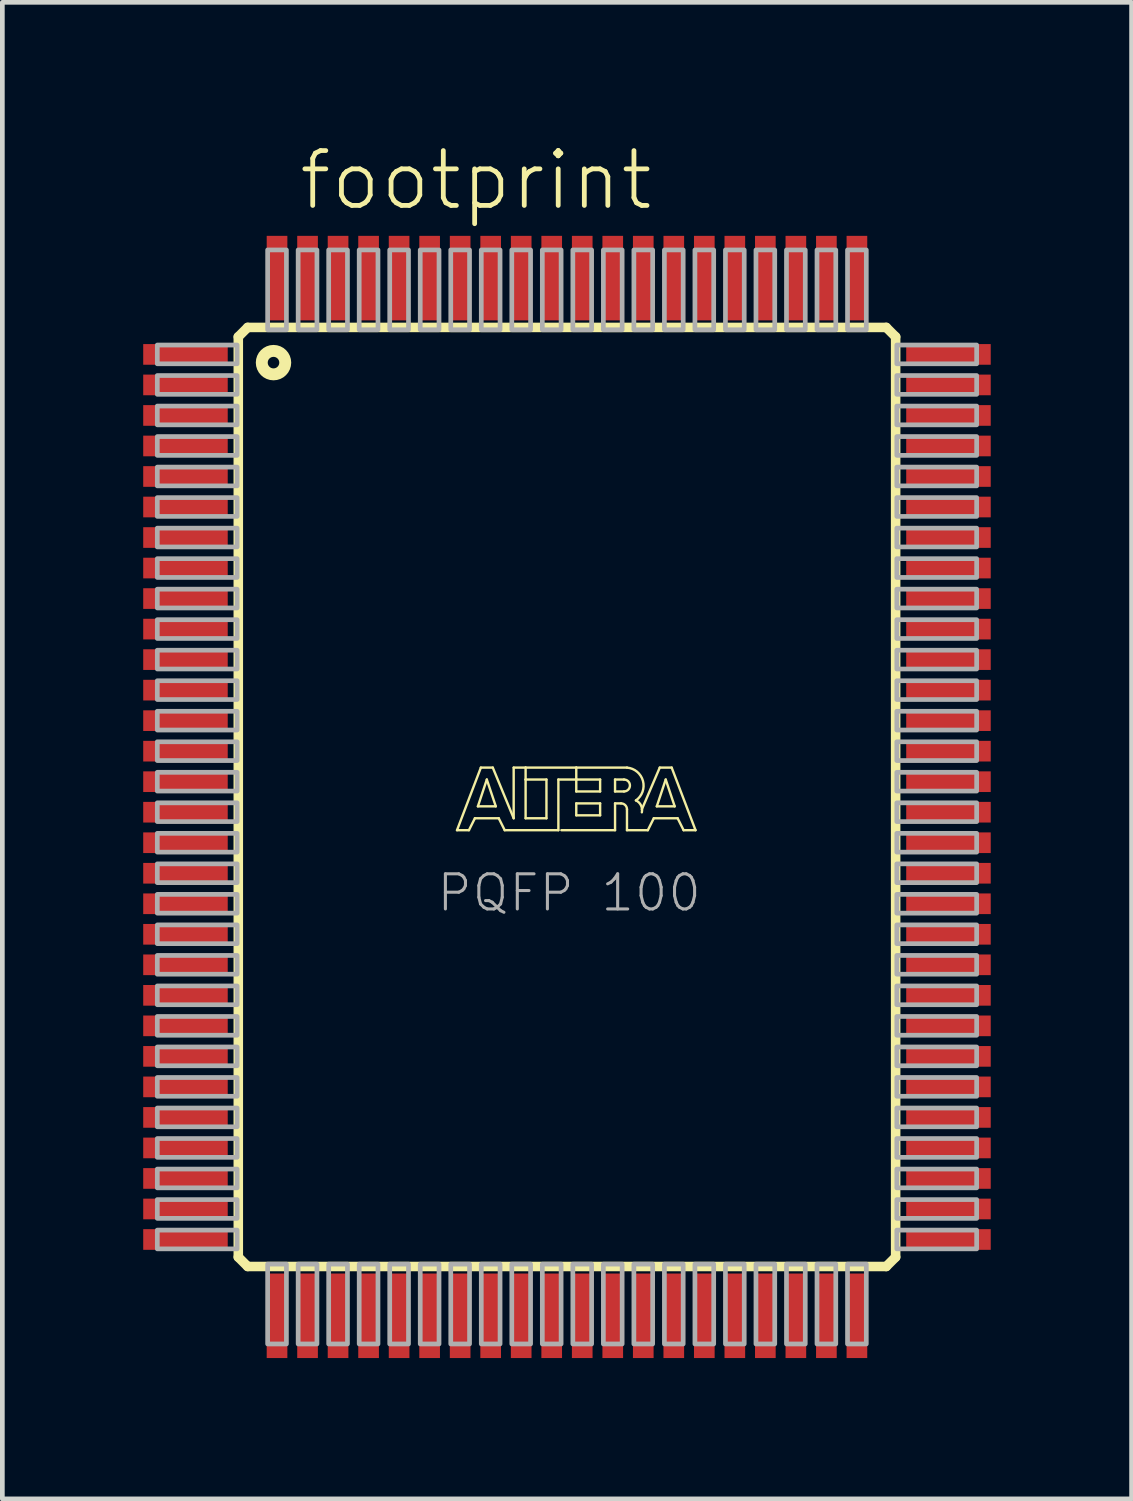
<source format=kicad_pcb>
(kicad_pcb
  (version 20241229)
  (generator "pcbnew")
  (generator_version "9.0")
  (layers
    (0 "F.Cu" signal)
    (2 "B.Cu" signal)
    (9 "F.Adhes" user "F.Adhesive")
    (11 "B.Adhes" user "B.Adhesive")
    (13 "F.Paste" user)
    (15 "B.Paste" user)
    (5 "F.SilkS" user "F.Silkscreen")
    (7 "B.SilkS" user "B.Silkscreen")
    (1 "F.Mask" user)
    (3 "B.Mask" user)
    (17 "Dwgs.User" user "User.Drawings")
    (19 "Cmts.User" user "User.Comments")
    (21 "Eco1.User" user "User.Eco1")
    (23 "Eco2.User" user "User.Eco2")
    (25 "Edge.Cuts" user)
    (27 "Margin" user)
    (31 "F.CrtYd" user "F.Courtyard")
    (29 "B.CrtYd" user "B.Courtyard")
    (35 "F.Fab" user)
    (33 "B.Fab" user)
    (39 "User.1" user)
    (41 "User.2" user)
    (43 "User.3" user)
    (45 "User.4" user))
  (footprint "footprint"
    (layer "F.Cu")
    (at 9.025 13.923)
    (property "Reference" "footprint" (at -5.76 -12.45 0) (layer "F.SilkS") (effects (font (size 1.168 1.168) (thickness 0.102)) (justify left bottom)))
    (fp_line (start -7 -9.8) (end -6.8 -10) (stroke (width 0.203) (type solid)) (layer "F.SilkS"))
    (fp_line (start -7 9.8) (end -7 -9.8) (stroke (width 0.203) (type solid)) (layer "F.SilkS"))
    (fp_line (start -6.8 -10) (end 6.8 -10) (stroke (width 0.203) (type solid)) (layer "F.SilkS"))
    (fp_line (start -6.8 10) (end -7 9.8) (stroke (width 0.203) (type solid)) (layer "F.SilkS"))
    (fp_line (start -2.342 0.708) (end -1.834 -0.625) (stroke (width 0.051) (type solid)) (layer "F.SilkS"))
    (fp_line (start -2.088 0.708) (end -2.342 0.708) (stroke (width 0.051) (type solid)) (layer "F.SilkS"))
    (fp_line (start -1.961 0.454) (end -2.088 0.708) (stroke (width 0.051) (type solid)) (layer "F.SilkS"))
    (fp_line (start -1.897 0.2) (end -1.516 0.2) (stroke (width 0.051) (type solid)) (layer "F.SilkS"))
    (fp_line (start -1.834 -0.625) (end -1.58 -0.625) (stroke (width 0.051) (type solid)) (layer "F.SilkS"))
    (fp_line (start -1.707 -0.371) (end -1.897 0.2) (stroke (width 0.051) (type solid)) (layer "F.SilkS"))
    (fp_line (start -1.58 -0.625) (end -1.135 0.454) (stroke (width 0.051) (type solid)) (layer "F.SilkS"))
    (fp_line (start -1.516 0.2) (end -1.707 -0.371) (stroke (width 0.051) (type solid)) (layer "F.SilkS"))
    (fp_line (start -1.453 0.454) (end -1.961 0.454) (stroke (width 0.051) (type solid)) (layer "F.SilkS"))
    (fp_line (start -1.326 0.708) (end -1.453 0.454) (stroke (width 0.051) (type solid)) (layer "F.SilkS"))
    (fp_line (start -1.135 -0.625) (end -0.881 -0.625) (stroke (width 0.051) (type solid)) (layer "F.SilkS"))
    (fp_line (start -1.135 0.454) (end -1.135 -0.625) (stroke (width 0.051) (type solid)) (layer "F.SilkS"))
    (fp_line (start -0.881 -0.625) (end -0.881 -0.371) (stroke (width 0.051) (type solid)) (layer "F.SilkS"))
    (fp_line (start -0.881 -0.625) (end 0.198 -0.625) (stroke (width 0.051) (type solid)) (layer "F.SilkS"))
    (fp_line (start -0.881 -0.371) (end -0.881 0.454) (stroke (width 0.051) (type solid)) (layer "F.SilkS"))
    (fp_line (start -0.881 0.454) (end -0.437 0.454) (stroke (width 0.051) (type solid)) (layer "F.SilkS"))
    (fp_line (start -0.437 -0.371) (end -0.881 -0.371) (stroke (width 0.051) (type solid)) (layer "F.SilkS"))
    (fp_line (start -0.437 0.454) (end -0.437 -0.371) (stroke (width 0.051) (type solid)) (layer "F.SilkS"))
    (fp_line (start -0.183 -0.371) (end -0.183 0.708) (stroke (width 0.051) (type solid)) (layer "F.SilkS"))
    (fp_line (start -0.183 0.708) (end -1.326 0.708) (stroke (width 0.051) (type solid)) (layer "F.SilkS"))
    (fp_line (start 0.198 -0.625) (end 0.198 -0.371) (stroke (width 0.051) (type solid)) (layer "F.SilkS"))
    (fp_line (start 0.198 -0.625) (end 1.278 -0.625) (stroke (width 0.051) (type solid)) (layer "F.SilkS"))
    (fp_line (start 0.198 -0.371) (end -0.183 -0.371) (stroke (width 0.051) (type solid)) (layer "F.SilkS"))
    (fp_line (start 0.198 -0.371) (end 0.198 -0.117) (stroke (width 0.051) (type solid)) (layer "F.SilkS"))
    (fp_line (start 0.198 -0.117) (end 0.706 -0.117) (stroke (width 0.051) (type solid)) (layer "F.SilkS"))
    (fp_line (start 0.198 0.137) (end 0.706 0.137) (stroke (width 0.051) (type solid)) (layer "F.SilkS"))
    (fp_line (start 0.198 0.391) (end 0.198 0.137) (stroke (width 0.051) (type solid)) (layer "F.SilkS"))
    (fp_line (start 0.706 -0.371) (end 0.198 -0.371) (stroke (width 0.051) (type solid)) (layer "F.SilkS"))
    (fp_line (start 0.706 -0.117) (end 0.706 -0.371) (stroke (width 0.051) (type solid)) (layer "F.SilkS"))
    (fp_line (start 0.706 0.137) (end 0.706 0.391) (stroke (width 0.051) (type solid)) (layer "F.SilkS"))
    (fp_line (start 0.706 0.391) (end 0.198 0.391) (stroke (width 0.051) (type solid)) (layer "F.SilkS"))
    (fp_line (start 1.024 -0.371) (end 1.024 -0.117) (stroke (width 0.051) (type solid)) (layer "F.SilkS"))
    (fp_line (start 1.024 -0.117) (end 1.214 -0.117) (stroke (width 0.051) (type solid)) (layer "F.SilkS"))
    (fp_line (start 1.024 0.137) (end 1.024 0.708) (stroke (width 0.051) (type solid)) (layer "F.SilkS"))
    (fp_line (start 1.024 0.137) (end 1.151 0.137) (stroke (width 0.051) (type solid)) (layer "F.SilkS"))
    (fp_line (start 1.024 0.708) (end -0.119 0.708) (stroke (width 0.051) (type solid)) (layer "F.SilkS"))
    (fp_line (start 1.214 -0.371) (end 1.024 -0.371) (stroke (width 0.051) (type solid)) (layer "F.SilkS"))
    (fp_line (start 1.278 0.264) (end 1.278 0.708) (stroke (width 0.051) (type solid)) (layer "F.SilkS"))
    (fp_line (start 1.278 0.708) (end 1.722 0.708) (stroke (width 0.051) (type solid)) (layer "F.SilkS"))
    (fp_line (start 1.722 0.708) (end 1.849 0.454) (stroke (width 0.051) (type solid)) (layer "F.SilkS"))
    (fp_line (start 1.849 0.454) (end 2.357 0.454) (stroke (width 0.051) (type solid)) (layer "F.SilkS"))
    (fp_line (start 1.913 0.2) (end 2.103 -0.371) (stroke (width 0.051) (type solid)) (layer "F.SilkS"))
    (fp_line (start 1.976 -0.625) (end 1.595 0.264) (stroke (width 0.051) (type solid)) (layer "F.SilkS"))
    (fp_line (start 2.103 -0.371) (end 2.294 0.2) (stroke (width 0.051) (type solid)) (layer "F.SilkS"))
    (fp_line (start 2.23 -0.625) (end 1.976 -0.625) (stroke (width 0.051) (type solid)) (layer "F.SilkS"))
    (fp_line (start 2.294 0.2) (end 1.913 0.2) (stroke (width 0.051) (type solid)) (layer "F.SilkS"))
    (fp_line (start 2.357 0.454) (end 2.484 0.708) (stroke (width 0.051) (type solid)) (layer "F.SilkS"))
    (fp_line (start 2.484 0.708) (end 2.738 0.708) (stroke (width 0.051) (type solid)) (layer "F.SilkS"))
    (fp_line (start 2.738 0.708) (end 2.23 -0.625) (stroke (width 0.051) (type solid)) (layer "F.SilkS"))
    (fp_line (start 6.8 -10) (end 7 -9.8) (stroke (width 0.203) (type solid)) (layer "F.SilkS"))
    (fp_line (start 6.8 10) (end -6.8 10) (stroke (width 0.203) (type solid)) (layer "F.SilkS"))
    (fp_line (start 7 -9.8) (end 7 9.8) (stroke (width 0.203) (type solid)) (layer "F.SilkS"))
    (fp_line (start 7 9.8) (end 6.8 10) (stroke (width 0.203) (type solid)) (layer "F.SilkS"))
    (fp_arc (start 1.151 0.137) (mid 1.240803 0.174197) (end 1.278 0.264) (stroke (width 0.0508) (type solid)) (layer "F.SilkS"))
    (fp_arc (start 1.214 -0.371) (mid 1.341 -0.244) (end 1.214 -0.117) (stroke (width 0.0508) (type solid)) (layer "F.SilkS"))
    (fp_arc (start 1.278 -0.625) (mid 1.618126 -0.342262) (end 1.4689 0.0741) (stroke (width 0.0508) (type solid)) (layer "F.SilkS"))
    (fp_arc (start 1.4681 0.0734) (mid 1.57586 0.178225) (end 1.5945 0.3274) (stroke (width 0.0508) (type solid)) (layer "F.SilkS"))
    (fp_circle (center -6.25 -9.25) (end -6 -9.25) (stroke (width 0.254) (type solid)) (fill no) (layer "F.SilkS"))
    (fp_poly (pts (xy -8.725 -9.225) (xy -7.025 -9.225) (xy -7.025 -9.625) (xy -8.725 -9.625)) (stroke (width 0.1) (type solid)) (fill no) (layer "F.Fab"))
    (fp_poly (pts (xy -8.725 -8.575) (xy -7.025 -8.575) (xy -7.025 -8.975) (xy -8.725 -8.975)) (stroke (width 0.1) (type solid)) (fill no) (layer "F.Fab"))
    (fp_poly (pts (xy -8.725 -7.925) (xy -7.025 -7.925) (xy -7.025 -8.325) (xy -8.725 -8.325)) (stroke (width 0.1) (type solid)) (fill no) (layer "F.Fab"))
    (fp_poly (pts (xy -8.725 -7.275) (xy -7.025 -7.275) (xy -7.025 -7.675) (xy -8.725 -7.675)) (stroke (width 0.1) (type solid)) (fill no) (layer "F.Fab"))
    (fp_poly (pts (xy -8.725 -6.625) (xy -7.025 -6.625) (xy -7.025 -7.025) (xy -8.725 -7.025)) (stroke (width 0.1) (type solid)) (fill no) (layer "F.Fab"))
    (fp_poly (pts (xy -8.725 -5.975) (xy -7.025 -5.975) (xy -7.025 -6.375) (xy -8.725 -6.375)) (stroke (width 0.1) (type solid)) (fill no) (layer "F.Fab"))
    (fp_poly (pts (xy -8.725 -5.325) (xy -7.025 -5.325) (xy -7.025 -5.725) (xy -8.725 -5.725)) (stroke (width 0.1) (type solid)) (fill no) (layer "F.Fab"))
    (fp_poly (pts (xy -8.725 -4.675) (xy -7.025 -4.675) (xy -7.025 -5.075) (xy -8.725 -5.075)) (stroke (width 0.1) (type solid)) (fill no) (layer "F.Fab"))
    (fp_poly (pts (xy -8.725 -4.025) (xy -7.025 -4.025) (xy -7.025 -4.425) (xy -8.725 -4.425)) (stroke (width 0.1) (type solid)) (fill no) (layer "F.Fab"))
    (fp_poly (pts (xy -8.725 -3.375) (xy -7.025 -3.375) (xy -7.025 -3.775) (xy -8.725 -3.775)) (stroke (width 0.1) (type solid)) (fill no) (layer "F.Fab"))
    (fp_poly (pts (xy -8.725 -2.725) (xy -7.025 -2.725) (xy -7.025 -3.125) (xy -8.725 -3.125)) (stroke (width 0.1) (type solid)) (fill no) (layer "F.Fab"))
    (fp_poly (pts (xy -8.725 -2.075) (xy -7.025 -2.075) (xy -7.025 -2.475) (xy -8.725 -2.475)) (stroke (width 0.1) (type solid)) (fill no) (layer "F.Fab"))
    (fp_poly (pts (xy -8.725 -1.425) (xy -7.025 -1.425) (xy -7.025 -1.825) (xy -8.725 -1.825)) (stroke (width 0.1) (type solid)) (fill no) (layer "F.Fab"))
    (fp_poly (pts (xy -8.725 -0.775) (xy -7.025 -0.775) (xy -7.025 -1.175) (xy -8.725 -1.175)) (stroke (width 0.1) (type solid)) (fill no) (layer "F.Fab"))
    (fp_poly (pts (xy -8.725 -0.125) (xy -7.025 -0.125) (xy -7.025 -0.525) (xy -8.725 -0.525)) (stroke (width 0.1) (type solid)) (fill no) (layer "F.Fab"))
    (fp_poly (pts (xy -8.725 0.525) (xy -7.025 0.525) (xy -7.025 0.125) (xy -8.725 0.125)) (stroke (width 0.1) (type solid)) (fill no) (layer "F.Fab"))
    (fp_poly (pts (xy -8.725 1.175) (xy -7.025 1.175) (xy -7.025 0.775) (xy -8.725 0.775)) (stroke (width 0.1) (type solid)) (fill no) (layer "F.Fab"))
    (fp_poly (pts (xy -8.725 1.825) (xy -7.025 1.825) (xy -7.025 1.425) (xy -8.725 1.425)) (stroke (width 0.1) (type solid)) (fill no) (layer "F.Fab"))
    (fp_poly (pts (xy -8.725 2.475) (xy -7.025 2.475) (xy -7.025 2.075) (xy -8.725 2.075)) (stroke (width 0.1) (type solid)) (fill no) (layer "F.Fab"))
    (fp_poly (pts (xy -8.725 3.125) (xy -7.025 3.125) (xy -7.025 2.725) (xy -8.725 2.725)) (stroke (width 0.1) (type solid)) (fill no) (layer "F.Fab"))
    (fp_poly (pts (xy -8.725 3.775) (xy -7.025 3.775) (xy -7.025 3.375) (xy -8.725 3.375)) (stroke (width 0.1) (type solid)) (fill no) (layer "F.Fab"))
    (fp_poly (pts (xy -8.725 4.425) (xy -7.025 4.425) (xy -7.025 4.025) (xy -8.725 4.025)) (stroke (width 0.1) (type solid)) (fill no) (layer "F.Fab"))
    (fp_poly (pts (xy -8.725 5.075) (xy -7.025 5.075) (xy -7.025 4.675) (xy -8.725 4.675)) (stroke (width 0.1) (type solid)) (fill no) (layer "F.Fab"))
    (fp_poly (pts (xy -8.725 5.725) (xy -7.025 5.725) (xy -7.025 5.325) (xy -8.725 5.325)) (stroke (width 0.1) (type solid)) (fill no) (layer "F.Fab"))
    (fp_poly (pts (xy -8.725 6.375) (xy -7.025 6.375) (xy -7.025 5.975) (xy -8.725 5.975)) (stroke (width 0.1) (type solid)) (fill no) (layer "F.Fab"))
    (fp_poly (pts (xy -8.725 7.025) (xy -7.025 7.025) (xy -7.025 6.625) (xy -8.725 6.625)) (stroke (width 0.1) (type solid)) (fill no) (layer "F.Fab"))
    (fp_poly (pts (xy -8.725 7.675) (xy -7.025 7.675) (xy -7.025 7.275) (xy -8.725 7.275)) (stroke (width 0.1) (type solid)) (fill no) (layer "F.Fab"))
    (fp_poly (pts (xy -8.725 8.325) (xy -7.025 8.325) (xy -7.025 7.925) (xy -8.725 7.925)) (stroke (width 0.1) (type solid)) (fill no) (layer "F.Fab"))
    (fp_poly (pts (xy -8.725 8.975) (xy -7.025 8.975) (xy -7.025 8.575) (xy -8.725 8.575)) (stroke (width 0.1) (type solid)) (fill no) (layer "F.Fab"))
    (fp_poly (pts (xy -8.725 9.625) (xy -7.025 9.625) (xy -7.025 9.225) (xy -8.725 9.225)) (stroke (width 0.1) (type solid)) (fill no) (layer "F.Fab"))
    (fp_poly (pts (xy -6.375 -9.95) (xy -5.975 -9.95) (xy -5.975 -11.65) (xy -6.375 -11.65)) (stroke (width 0.1) (type solid)) (fill no) (layer "F.Fab"))
    (fp_poly (pts (xy -6.375 11.65) (xy -5.975 11.65) (xy -5.975 9.95) (xy -6.375 9.95)) (stroke (width 0.1) (type solid)) (fill no) (layer "F.Fab"))
    (fp_poly (pts (xy -5.725 -9.95) (xy -5.325 -9.95) (xy -5.325 -11.65) (xy -5.725 -11.65)) (stroke (width 0.1) (type solid)) (fill no) (layer "F.Fab"))
    (fp_poly (pts (xy -5.725 11.65) (xy -5.325 11.65) (xy -5.325 9.95) (xy -5.725 9.95)) (stroke (width 0.1) (type solid)) (fill no) (layer "F.Fab"))
    (fp_poly (pts (xy -5.075 -9.95) (xy -4.675 -9.95) (xy -4.675 -11.65) (xy -5.075 -11.65)) (stroke (width 0.1) (type solid)) (fill no) (layer "F.Fab"))
    (fp_poly (pts (xy -5.075 11.65) (xy -4.675 11.65) (xy -4.675 9.95) (xy -5.075 9.95)) (stroke (width 0.1) (type solid)) (fill no) (layer "F.Fab"))
    (fp_poly (pts (xy -4.425 -9.95) (xy -4.025 -9.95) (xy -4.025 -11.65) (xy -4.425 -11.65)) (stroke (width 0.1) (type solid)) (fill no) (layer "F.Fab"))
    (fp_poly (pts (xy -4.425 11.65) (xy -4.025 11.65) (xy -4.025 9.95) (xy -4.425 9.95)) (stroke (width 0.1) (type solid)) (fill no) (layer "F.Fab"))
    (fp_poly (pts (xy -3.775 -9.95) (xy -3.375 -9.95) (xy -3.375 -11.65) (xy -3.775 -11.65)) (stroke (width 0.1) (type solid)) (fill no) (layer "F.Fab"))
    (fp_poly (pts (xy -3.775 11.65) (xy -3.375 11.65) (xy -3.375 9.95) (xy -3.775 9.95)) (stroke (width 0.1) (type solid)) (fill no) (layer "F.Fab"))
    (fp_poly (pts (xy -3.125 -9.95) (xy -2.725 -9.95) (xy -2.725 -11.65) (xy -3.125 -11.65)) (stroke (width 0.1) (type solid)) (fill no) (layer "F.Fab"))
    (fp_poly (pts (xy -3.125 11.65) (xy -2.725 11.65) (xy -2.725 9.95) (xy -3.125 9.95)) (stroke (width 0.1) (type solid)) (fill no) (layer "F.Fab"))
    (fp_poly (pts (xy -2.475 -9.95) (xy -2.075 -9.95) (xy -2.075 -11.65) (xy -2.475 -11.65)) (stroke (width 0.1) (type solid)) (fill no) (layer "F.Fab"))
    (fp_poly (pts (xy -2.475 11.65) (xy -2.075 11.65) (xy -2.075 9.95) (xy -2.475 9.95)) (stroke (width 0.1) (type solid)) (fill no) (layer "F.Fab"))
    (fp_poly (pts (xy -1.825 -9.95) (xy -1.425 -9.95) (xy -1.425 -11.65) (xy -1.825 -11.65)) (stroke (width 0.1) (type solid)) (fill no) (layer "F.Fab"))
    (fp_poly (pts (xy -1.825 11.65) (xy -1.425 11.65) (xy -1.425 9.95) (xy -1.825 9.95)) (stroke (width 0.1) (type solid)) (fill no) (layer "F.Fab"))
    (fp_poly (pts (xy -1.175 -9.95) (xy -0.775 -9.95) (xy -0.775 -11.65) (xy -1.175 -11.65)) (stroke (width 0.1) (type solid)) (fill no) (layer "F.Fab"))
    (fp_poly (pts (xy -1.175 11.65) (xy -0.775 11.65) (xy -0.775 9.95) (xy -1.175 9.95)) (stroke (width 0.1) (type solid)) (fill no) (layer "F.Fab"))
    (fp_poly (pts (xy -0.525 -9.95) (xy -0.125 -9.95) (xy -0.125 -11.65) (xy -0.525 -11.65)) (stroke (width 0.1) (type solid)) (fill no) (layer "F.Fab"))
    (fp_poly (pts (xy -0.525 11.65) (xy -0.125 11.65) (xy -0.125 9.95) (xy -0.525 9.95)) (stroke (width 0.1) (type solid)) (fill no) (layer "F.Fab"))
    (fp_poly (pts (xy 0.125 -9.95) (xy 0.525 -9.95) (xy 0.525 -11.65) (xy 0.125 -11.65)) (stroke (width 0.1) (type solid)) (fill no) (layer "F.Fab"))
    (fp_poly (pts (xy 0.125 11.65) (xy 0.525 11.65) (xy 0.525 9.95) (xy 0.125 9.95)) (stroke (width 0.1) (type solid)) (fill no) (layer "F.Fab"))
    (fp_poly (pts (xy 0.775 -9.95) (xy 1.175 -9.95) (xy 1.175 -11.65) (xy 0.775 -11.65)) (stroke (width 0.1) (type solid)) (fill no) (layer "F.Fab"))
    (fp_poly (pts (xy 0.775 11.65) (xy 1.175 11.65) (xy 1.175 9.95) (xy 0.775 9.95)) (stroke (width 0.1) (type solid)) (fill no) (layer "F.Fab"))
    (fp_poly (pts (xy 1.425 -9.95) (xy 1.825 -9.95) (xy 1.825 -11.65) (xy 1.425 -11.65)) (stroke (width 0.1) (type solid)) (fill no) (layer "F.Fab"))
    (fp_poly (pts (xy 1.425 11.65) (xy 1.825 11.65) (xy 1.825 9.95) (xy 1.425 9.95)) (stroke (width 0.1) (type solid)) (fill no) (layer "F.Fab"))
    (fp_poly (pts (xy 2.075 -9.95) (xy 2.475 -9.95) (xy 2.475 -11.65) (xy 2.075 -11.65)) (stroke (width 0.1) (type solid)) (fill no) (layer "F.Fab"))
    (fp_poly (pts (xy 2.075 11.65) (xy 2.475 11.65) (xy 2.475 9.95) (xy 2.075 9.95)) (stroke (width 0.1) (type solid)) (fill no) (layer "F.Fab"))
    (fp_poly (pts (xy 2.725 -9.95) (xy 3.125 -9.95) (xy 3.125 -11.65) (xy 2.725 -11.65)) (stroke (width 0.1) (type solid)) (fill no) (layer "F.Fab"))
    (fp_poly (pts (xy 2.725 11.65) (xy 3.125 11.65) (xy 3.125 9.95) (xy 2.725 9.95)) (stroke (width 0.1) (type solid)) (fill no) (layer "F.Fab"))
    (fp_poly (pts (xy 3.375 -9.95) (xy 3.775 -9.95) (xy 3.775 -11.65) (xy 3.375 -11.65)) (stroke (width 0.1) (type solid)) (fill no) (layer "F.Fab"))
    (fp_poly (pts (xy 3.375 11.65) (xy 3.775 11.65) (xy 3.775 9.95) (xy 3.375 9.95)) (stroke (width 0.1) (type solid)) (fill no) (layer "F.Fab"))
    (fp_poly (pts (xy 4.025 -9.95) (xy 4.425 -9.95) (xy 4.425 -11.65) (xy 4.025 -11.65)) (stroke (width 0.1) (type solid)) (fill no) (layer "F.Fab"))
    (fp_poly (pts (xy 4.025 11.65) (xy 4.425 11.65) (xy 4.425 9.95) (xy 4.025 9.95)) (stroke (width 0.1) (type solid)) (fill no) (layer "F.Fab"))
    (fp_poly (pts (xy 4.675 -9.95) (xy 5.075 -9.95) (xy 5.075 -11.65) (xy 4.675 -11.65)) (stroke (width 0.1) (type solid)) (fill no) (layer "F.Fab"))
    (fp_poly (pts (xy 4.675 11.65) (xy 5.075 11.65) (xy 5.075 9.95) (xy 4.675 9.95)) (stroke (width 0.1) (type solid)) (fill no) (layer "F.Fab"))
    (fp_poly (pts (xy 5.325 -9.95) (xy 5.725 -9.95) (xy 5.725 -11.65) (xy 5.325 -11.65)) (stroke (width 0.1) (type solid)) (fill no) (layer "F.Fab"))
    (fp_poly (pts (xy 5.325 11.65) (xy 5.725 11.65) (xy 5.725 9.95) (xy 5.325 9.95)) (stroke (width 0.1) (type solid)) (fill no) (layer "F.Fab"))
    (fp_poly (pts (xy 5.975 -9.95) (xy 6.375 -9.95) (xy 6.375 -11.65) (xy 5.975 -11.65)) (stroke (width 0.1) (type solid)) (fill no) (layer "F.Fab"))
    (fp_poly (pts (xy 5.975 11.65) (xy 6.375 11.65) (xy 6.375 9.95) (xy 5.975 9.95)) (stroke (width 0.1) (type solid)) (fill no) (layer "F.Fab"))
    (fp_poly (pts (xy 7.025 -9.225) (xy 8.725 -9.225) (xy 8.725 -9.625) (xy 7.025 -9.625)) (stroke (width 0.1) (type solid)) (fill no) (layer "F.Fab"))
    (fp_poly (pts (xy 7.025 -8.575) (xy 8.725 -8.575) (xy 8.725 -8.975) (xy 7.025 -8.975)) (stroke (width 0.1) (type solid)) (fill no) (layer "F.Fab"))
    (fp_poly (pts (xy 7.025 -7.925) (xy 8.725 -7.925) (xy 8.725 -8.325) (xy 7.025 -8.325)) (stroke (width 0.1) (type solid)) (fill no) (layer "F.Fab"))
    (fp_poly (pts (xy 7.025 -7.275) (xy 8.725 -7.275) (xy 8.725 -7.675) (xy 7.025 -7.675)) (stroke (width 0.1) (type solid)) (fill no) (layer "F.Fab"))
    (fp_poly (pts (xy 7.025 -6.625) (xy 8.725 -6.625) (xy 8.725 -7.025) (xy 7.025 -7.025)) (stroke (width 0.1) (type solid)) (fill no) (layer "F.Fab"))
    (fp_poly (pts (xy 7.025 -5.975) (xy 8.725 -5.975) (xy 8.725 -6.375) (xy 7.025 -6.375)) (stroke (width 0.1) (type solid)) (fill no) (layer "F.Fab"))
    (fp_poly (pts (xy 7.025 -5.325) (xy 8.725 -5.325) (xy 8.725 -5.725) (xy 7.025 -5.725)) (stroke (width 0.1) (type solid)) (fill no) (layer "F.Fab"))
    (fp_poly (pts (xy 7.025 -4.675) (xy 8.725 -4.675) (xy 8.725 -5.075) (xy 7.025 -5.075)) (stroke (width 0.1) (type solid)) (fill no) (layer "F.Fab"))
    (fp_poly (pts (xy 7.025 -4.025) (xy 8.725 -4.025) (xy 8.725 -4.425) (xy 7.025 -4.425)) (stroke (width 0.1) (type solid)) (fill no) (layer "F.Fab"))
    (fp_poly (pts (xy 7.025 -3.375) (xy 8.725 -3.375) (xy 8.725 -3.775) (xy 7.025 -3.775)) (stroke (width 0.1) (type solid)) (fill no) (layer "F.Fab"))
    (fp_poly (pts (xy 7.025 -2.725) (xy 8.725 -2.725) (xy 8.725 -3.125) (xy 7.025 -3.125)) (stroke (width 0.1) (type solid)) (fill no) (layer "F.Fab"))
    (fp_poly (pts (xy 7.025 -2.075) (xy 8.725 -2.075) (xy 8.725 -2.475) (xy 7.025 -2.475)) (stroke (width 0.1) (type solid)) (fill no) (layer "F.Fab"))
    (fp_poly (pts (xy 7.025 -1.425) (xy 8.725 -1.425) (xy 8.725 -1.825) (xy 7.025 -1.825)) (stroke (width 0.1) (type solid)) (fill no) (layer "F.Fab"))
    (fp_poly (pts (xy 7.025 -0.775) (xy 8.725 -0.775) (xy 8.725 -1.175) (xy 7.025 -1.175)) (stroke (width 0.1) (type solid)) (fill no) (layer "F.Fab"))
    (fp_poly (pts (xy 7.025 -0.125) (xy 8.725 -0.125) (xy 8.725 -0.525) (xy 7.025 -0.525)) (stroke (width 0.1) (type solid)) (fill no) (layer "F.Fab"))
    (fp_poly (pts (xy 7.025 0.525) (xy 8.725 0.525) (xy 8.725 0.125) (xy 7.025 0.125)) (stroke (width 0.1) (type solid)) (fill no) (layer "F.Fab"))
    (fp_poly (pts (xy 7.025 1.175) (xy 8.725 1.175) (xy 8.725 0.775) (xy 7.025 0.775)) (stroke (width 0.1) (type solid)) (fill no) (layer "F.Fab"))
    (fp_poly (pts (xy 7.025 1.825) (xy 8.725 1.825) (xy 8.725 1.425) (xy 7.025 1.425)) (stroke (width 0.1) (type solid)) (fill no) (layer "F.Fab"))
    (fp_poly (pts (xy 7.025 2.475) (xy 8.725 2.475) (xy 8.725 2.075) (xy 7.025 2.075)) (stroke (width 0.1) (type solid)) (fill no) (layer "F.Fab"))
    (fp_poly (pts (xy 7.025 3.125) (xy 8.725 3.125) (xy 8.725 2.725) (xy 7.025 2.725)) (stroke (width 0.1) (type solid)) (fill no) (layer "F.Fab"))
    (fp_poly (pts (xy 7.025 3.775) (xy 8.725 3.775) (xy 8.725 3.375) (xy 7.025 3.375)) (stroke (width 0.1) (type solid)) (fill no) (layer "F.Fab"))
    (fp_poly (pts (xy 7.025 4.425) (xy 8.725 4.425) (xy 8.725 4.025) (xy 7.025 4.025)) (stroke (width 0.1) (type solid)) (fill no) (layer "F.Fab"))
    (fp_poly (pts (xy 7.025 5.075) (xy 8.725 5.075) (xy 8.725 4.675) (xy 7.025 4.675)) (stroke (width 0.1) (type solid)) (fill no) (layer "F.Fab"))
    (fp_poly (pts (xy 7.025 5.725) (xy 8.725 5.725) (xy 8.725 5.325) (xy 7.025 5.325)) (stroke (width 0.1) (type solid)) (fill no) (layer "F.Fab"))
    (fp_poly (pts (xy 7.025 6.375) (xy 8.725 6.375) (xy 8.725 5.975) (xy 7.025 5.975)) (stroke (width 0.1) (type solid)) (fill no) (layer "F.Fab"))
    (fp_poly (pts (xy 7.025 7.025) (xy 8.725 7.025) (xy 8.725 6.625) (xy 7.025 6.625)) (stroke (width 0.1) (type solid)) (fill no) (layer "F.Fab"))
    (fp_poly (pts (xy 7.025 7.675) (xy 8.725 7.675) (xy 8.725 7.275) (xy 7.025 7.275)) (stroke (width 0.1) (type solid)) (fill no) (layer "F.Fab"))
    (fp_poly (pts (xy 7.025 8.325) (xy 8.725 8.325) (xy 8.725 7.925) (xy 7.025 7.925)) (stroke (width 0.1) (type solid)) (fill no) (layer "F.Fab"))
    (fp_poly (pts (xy 7.025 8.975) (xy 8.725 8.975) (xy 8.725 8.575) (xy 7.025 8.575)) (stroke (width 0.1) (type solid)) (fill no) (layer "F.Fab"))
    (fp_poly (pts (xy 7.025 9.625) (xy 8.725 9.625) (xy 8.725 9.225) (xy 7.025 9.225)) (stroke (width 0.1) (type solid)) (fill no) (layer "F.Fab"))
    (fp_text user "PQFP 100" (at -2.81 2.48 0) (layer "F.Fab") (effects (font (size 0.748 0.748) (thickness 0.065)) (justify left bottom)))
    (pad "1" smd rect (at -8.125 -9.425) (size 1.8 0.44) (layers "F.Cu" "F.Mask" "F.Paste"))
    (pad "2" smd rect (at -8.125 -8.775) (size 1.8 0.44) (layers "F.Cu" "F.Mask" "F.Paste"))
    (pad "3" smd rect (at -8.125 -8.125) (size 1.8 0.44) (layers "F.Cu" "F.Mask" "F.Paste"))
    (pad "4" smd rect (at -8.125 -7.475) (size 1.8 0.44) (layers "F.Cu" "F.Mask" "F.Paste"))
    (pad "5" smd rect (at -8.125 -6.825) (size 1.8 0.44) (layers "F.Cu" "F.Mask" "F.Paste"))
    (pad "6" smd rect (at -8.125 -6.175) (size 1.8 0.44) (layers "F.Cu" "F.Mask" "F.Paste"))
    (pad "7" smd rect (at -8.125 -5.525) (size 1.8 0.44) (layers "F.Cu" "F.Mask" "F.Paste"))
    (pad "8" smd rect (at -8.125 -4.875) (size 1.8 0.44) (layers "F.Cu" "F.Mask" "F.Paste"))
    (pad "9" smd rect (at -8.125 -4.225) (size 1.8 0.44) (layers "F.Cu" "F.Mask" "F.Paste"))
    (pad "10" smd rect (at -8.125 -3.575) (size 1.8 0.44) (layers "F.Cu" "F.Mask" "F.Paste"))
    (pad "11" smd rect (at -8.125 -2.925) (size 1.8 0.44) (layers "F.Cu" "F.Mask" "F.Paste"))
    (pad "12" smd rect (at -8.125 -2.275) (size 1.8 0.44) (layers "F.Cu" "F.Mask" "F.Paste"))
    (pad "13" smd rect (at -8.125 -1.625) (size 1.8 0.44) (layers "F.Cu" "F.Mask" "F.Paste"))
    (pad "14" smd rect (at -8.125 -0.975) (size 1.8 0.44) (layers "F.Cu" "F.Mask" "F.Paste"))
    (pad "15" smd rect (at -8.125 -0.325) (size 1.8 0.44) (layers "F.Cu" "F.Mask" "F.Paste"))
    (pad "16" smd rect (at -8.125 0.325) (size 1.8 0.44) (layers "F.Cu" "F.Mask" "F.Paste"))
    (pad "17" smd rect (at -8.125 0.975) (size 1.8 0.44) (layers "F.Cu" "F.Mask" "F.Paste"))
    (pad "18" smd rect (at -8.125 1.625) (size 1.8 0.44) (layers "F.Cu" "F.Mask" "F.Paste"))
    (pad "19" smd rect (at -8.125 2.275) (size 1.8 0.44) (layers "F.Cu" "F.Mask" "F.Paste"))
    (pad "20" smd rect (at -8.125 2.925) (size 1.8 0.44) (layers "F.Cu" "F.Mask" "F.Paste"))
    (pad "21" smd rect (at -8.125 3.575) (size 1.8 0.44) (layers "F.Cu" "F.Mask" "F.Paste"))
    (pad "22" smd rect (at -8.125 4.225) (size 1.8 0.44) (layers "F.Cu" "F.Mask" "F.Paste"))
    (pad "23" smd rect (at -8.125 4.875) (size 1.8 0.44) (layers "F.Cu" "F.Mask" "F.Paste"))
    (pad "24" smd rect (at -8.125 5.525) (size 1.8 0.44) (layers "F.Cu" "F.Mask" "F.Paste"))
    (pad "25" smd rect (at -8.125 6.175) (size 1.8 0.44) (layers "F.Cu" "F.Mask" "F.Paste"))
    (pad "26" smd rect (at -8.125 6.825) (size 1.8 0.44) (layers "F.Cu" "F.Mask" "F.Paste"))
    (pad "27" smd rect (at -8.125 7.475) (size 1.8 0.44) (layers "F.Cu" "F.Mask" "F.Paste"))
    (pad "28" smd rect (at -8.125 8.125) (size 1.8 0.44) (layers "F.Cu" "F.Mask" "F.Paste"))
    (pad "29" smd rect (at -8.125 8.775) (size 1.8 0.44) (layers "F.Cu" "F.Mask" "F.Paste"))
    (pad "30" smd rect (at -8.125 9.425) (size 1.8 0.44) (layers "F.Cu" "F.Mask" "F.Paste"))
    (pad "31" smd rect (at -6.175 11.05) (size 0.44 1.8) (layers "F.Cu" "F.Mask" "F.Paste"))
    (pad "32" smd rect (at -5.525 11.05) (size 0.44 1.8) (layers "F.Cu" "F.Mask" "F.Paste"))
    (pad "33" smd rect (at -4.875 11.05) (size 0.44 1.8) (layers "F.Cu" "F.Mask" "F.Paste"))
    (pad "34" smd rect (at -4.225 11.05) (size 0.44 1.8) (layers "F.Cu" "F.Mask" "F.Paste"))
    (pad "35" smd rect (at -3.575 11.05) (size 0.44 1.8) (layers "F.Cu" "F.Mask" "F.Paste"))
    (pad "36" smd rect (at -2.925 11.05) (size 0.44 1.8) (layers "F.Cu" "F.Mask" "F.Paste"))
    (pad "37" smd rect (at -2.275 11.05) (size 0.44 1.8) (layers "F.Cu" "F.Mask" "F.Paste"))
    (pad "38" smd rect (at -1.625 11.05) (size 0.44 1.8) (layers "F.Cu" "F.Mask" "F.Paste"))
    (pad "39" smd rect (at -0.975 11.05) (size 0.44 1.8) (layers "F.Cu" "F.Mask" "F.Paste"))
    (pad "40" smd rect (at -0.325 11.05) (size 0.44 1.8) (layers "F.Cu" "F.Mask" "F.Paste"))
    (pad "41" smd rect (at 0.325 11.05) (size 0.44 1.8) (layers "F.Cu" "F.Mask" "F.Paste"))
    (pad "42" smd rect (at 0.975 11.05) (size 0.44 1.8) (layers "F.Cu" "F.Mask" "F.Paste"))
    (pad "43" smd rect (at 1.625 11.05) (size 0.44 1.8) (layers "F.Cu" "F.Mask" "F.Paste"))
    (pad "44" smd rect (at 2.275 11.05) (size 0.44 1.8) (layers "F.Cu" "F.Mask" "F.Paste"))
    (pad "45" smd rect (at 2.925 11.05) (size 0.44 1.8) (layers "F.Cu" "F.Mask" "F.Paste"))
    (pad "46" smd rect (at 3.575 11.05) (size 0.44 1.8) (layers "F.Cu" "F.Mask" "F.Paste"))
    (pad "47" smd rect (at 4.225 11.05) (size 0.44 1.8) (layers "F.Cu" "F.Mask" "F.Paste"))
    (pad "48" smd rect (at 4.875 11.05) (size 0.44 1.8) (layers "F.Cu" "F.Mask" "F.Paste"))
    (pad "49" smd rect (at 5.525 11.05) (size 0.44 1.8) (layers "F.Cu" "F.Mask" "F.Paste"))
    (pad "50" smd rect (at 6.175 11.05) (size 0.44 1.8) (layers "F.Cu" "F.Mask" "F.Paste"))
    (pad "51" smd rect (at 8.125 9.425) (size 1.8 0.44) (layers "F.Cu" "F.Mask" "F.Paste"))
    (pad "52" smd rect (at 8.125 8.775) (size 1.8 0.44) (layers "F.Cu" "F.Mask" "F.Paste"))
    (pad "53" smd rect (at 8.125 8.125) (size 1.8 0.44) (layers "F.Cu" "F.Mask" "F.Paste"))
    (pad "54" smd rect (at 8.125 7.475) (size 1.8 0.44) (layers "F.Cu" "F.Mask" "F.Paste"))
    (pad "55" smd rect (at 8.125 6.825) (size 1.8 0.44) (layers "F.Cu" "F.Mask" "F.Paste"))
    (pad "56" smd rect (at 8.125 6.175) (size 1.8 0.44) (layers "F.Cu" "F.Mask" "F.Paste"))
    (pad "57" smd rect (at 8.125 5.525) (size 1.8 0.44) (layers "F.Cu" "F.Mask" "F.Paste"))
    (pad "58" smd rect (at 8.125 4.875) (size 1.8 0.44) (layers "F.Cu" "F.Mask" "F.Paste"))
    (pad "59" smd rect (at 8.125 4.225) (size 1.8 0.44) (layers "F.Cu" "F.Mask" "F.Paste"))
    (pad "60" smd rect (at 8.125 3.575) (size 1.8 0.44) (layers "F.Cu" "F.Mask" "F.Paste"))
    (pad "61" smd rect (at 8.125 2.925) (size 1.8 0.44) (layers "F.Cu" "F.Mask" "F.Paste"))
    (pad "62" smd rect (at 8.125 2.275) (size 1.8 0.44) (layers "F.Cu" "F.Mask" "F.Paste"))
    (pad "63" smd rect (at 8.125 1.625) (size 1.8 0.44) (layers "F.Cu" "F.Mask" "F.Paste"))
    (pad "64" smd rect (at 8.125 0.975) (size 1.8 0.44) (layers "F.Cu" "F.Mask" "F.Paste"))
    (pad "65" smd rect (at 8.125 0.325) (size 1.8 0.44) (layers "F.Cu" "F.Mask" "F.Paste"))
    (pad "66" smd rect (at 8.125 -0.325) (size 1.8 0.44) (layers "F.Cu" "F.Mask" "F.Paste"))
    (pad "67" smd rect (at 8.125 -0.975) (size 1.8 0.44) (layers "F.Cu" "F.Mask" "F.Paste"))
    (pad "68" smd rect (at 8.125 -1.625) (size 1.8 0.44) (layers "F.Cu" "F.Mask" "F.Paste"))
    (pad "69" smd rect (at 8.125 -2.275) (size 1.8 0.44) (layers "F.Cu" "F.Mask" "F.Paste"))
    (pad "70" smd rect (at 8.125 -2.925) (size 1.8 0.44) (layers "F.Cu" "F.Mask" "F.Paste"))
    (pad "71" smd rect (at 8.125 -3.575) (size 1.8 0.44) (layers "F.Cu" "F.Mask" "F.Paste"))
    (pad "72" smd rect (at 8.125 -4.225) (size 1.8 0.44) (layers "F.Cu" "F.Mask" "F.Paste"))
    (pad "73" smd rect (at 8.125 -4.875) (size 1.8 0.44) (layers "F.Cu" "F.Mask" "F.Paste"))
    (pad "74" smd rect (at 8.125 -5.525) (size 1.8 0.44) (layers "F.Cu" "F.Mask" "F.Paste"))
    (pad "75" smd rect (at 8.125 -6.175) (size 1.8 0.44) (layers "F.Cu" "F.Mask" "F.Paste"))
    (pad "76" smd rect (at 8.125 -6.825) (size 1.8 0.44) (layers "F.Cu" "F.Mask" "F.Paste"))
    (pad "77" smd rect (at 8.125 -7.475) (size 1.8 0.44) (layers "F.Cu" "F.Mask" "F.Paste"))
    (pad "78" smd rect (at 8.125 -8.125) (size 1.8 0.44) (layers "F.Cu" "F.Mask" "F.Paste"))
    (pad "79" smd rect (at 8.125 -8.775) (size 1.8 0.44) (layers "F.Cu" "F.Mask" "F.Paste"))
    (pad "80" smd rect (at 8.125 -9.425) (size 1.8 0.44) (layers "F.Cu" "F.Mask" "F.Paste"))
    (pad "81" smd rect (at 6.175 -11.05) (size 0.44 1.8) (layers "F.Cu" "F.Mask" "F.Paste"))
    (pad "82" smd rect (at 5.525 -11.05) (size 0.44 1.8) (layers "F.Cu" "F.Mask" "F.Paste"))
    (pad "83" smd rect (at 4.875 -11.05) (size 0.44 1.8) (layers "F.Cu" "F.Mask" "F.Paste"))
    (pad "84" smd rect (at 4.225 -11.05) (size 0.44 1.8) (layers "F.Cu" "F.Mask" "F.Paste"))
    (pad "85" smd rect (at 3.575 -11.05) (size 0.44 1.8) (layers "F.Cu" "F.Mask" "F.Paste"))
    (pad "86" smd rect (at 2.925 -11.05) (size 0.44 1.8) (layers "F.Cu" "F.Mask" "F.Paste"))
    (pad "87" smd rect (at 2.275 -11.05) (size 0.44 1.8) (layers "F.Cu" "F.Mask" "F.Paste"))
    (pad "88" smd rect (at 1.625 -11.05) (size 0.44 1.8) (layers "F.Cu" "F.Mask" "F.Paste"))
    (pad "89" smd rect (at 0.975 -11.05) (size 0.44 1.8) (layers "F.Cu" "F.Mask" "F.Paste"))
    (pad "90" smd rect (at 0.325 -11.05) (size 0.44 1.8) (layers "F.Cu" "F.Mask" "F.Paste"))
    (pad "91" smd rect (at -0.325 -11.05) (size 0.44 1.8) (layers "F.Cu" "F.Mask" "F.Paste"))
    (pad "92" smd rect (at -0.975 -11.05) (size 0.44 1.8) (layers "F.Cu" "F.Mask" "F.Paste"))
    (pad "93" smd rect (at -1.625 -11.05) (size 0.44 1.8) (layers "F.Cu" "F.Mask" "F.Paste"))
    (pad "94" smd rect (at -2.275 -11.05) (size 0.44 1.8) (layers "F.Cu" "F.Mask" "F.Paste"))
    (pad "95" smd rect (at -2.925 -11.05) (size 0.44 1.8) (layers "F.Cu" "F.Mask" "F.Paste"))
    (pad "96" smd rect (at -3.575 -11.05) (size 0.44 1.8) (layers "F.Cu" "F.Mask" "F.Paste"))
    (pad "97" smd rect (at -4.225 -11.05) (size 0.44 1.8) (layers "F.Cu" "F.Mask" "F.Paste"))
    (pad "98" smd rect (at -4.875 -11.05) (size 0.44 1.8) (layers "F.Cu" "F.Mask" "F.Paste"))
    (pad "99" smd rect (at -5.525 -11.05) (size 0.44 1.8) (layers "F.Cu" "F.Mask" "F.Paste"))
    (pad "100" smd rect (at -6.175 -11.05) (size 0.44 1.8) (layers "F.Cu" "F.Mask" "F.Paste")))
  (gr_rect
    (start -3 -3)
    (end 21.05 28.873)
    (stroke (width 0.1) (type default))
    (fill no)
    (layer "Edge.Cuts")))
</source>
